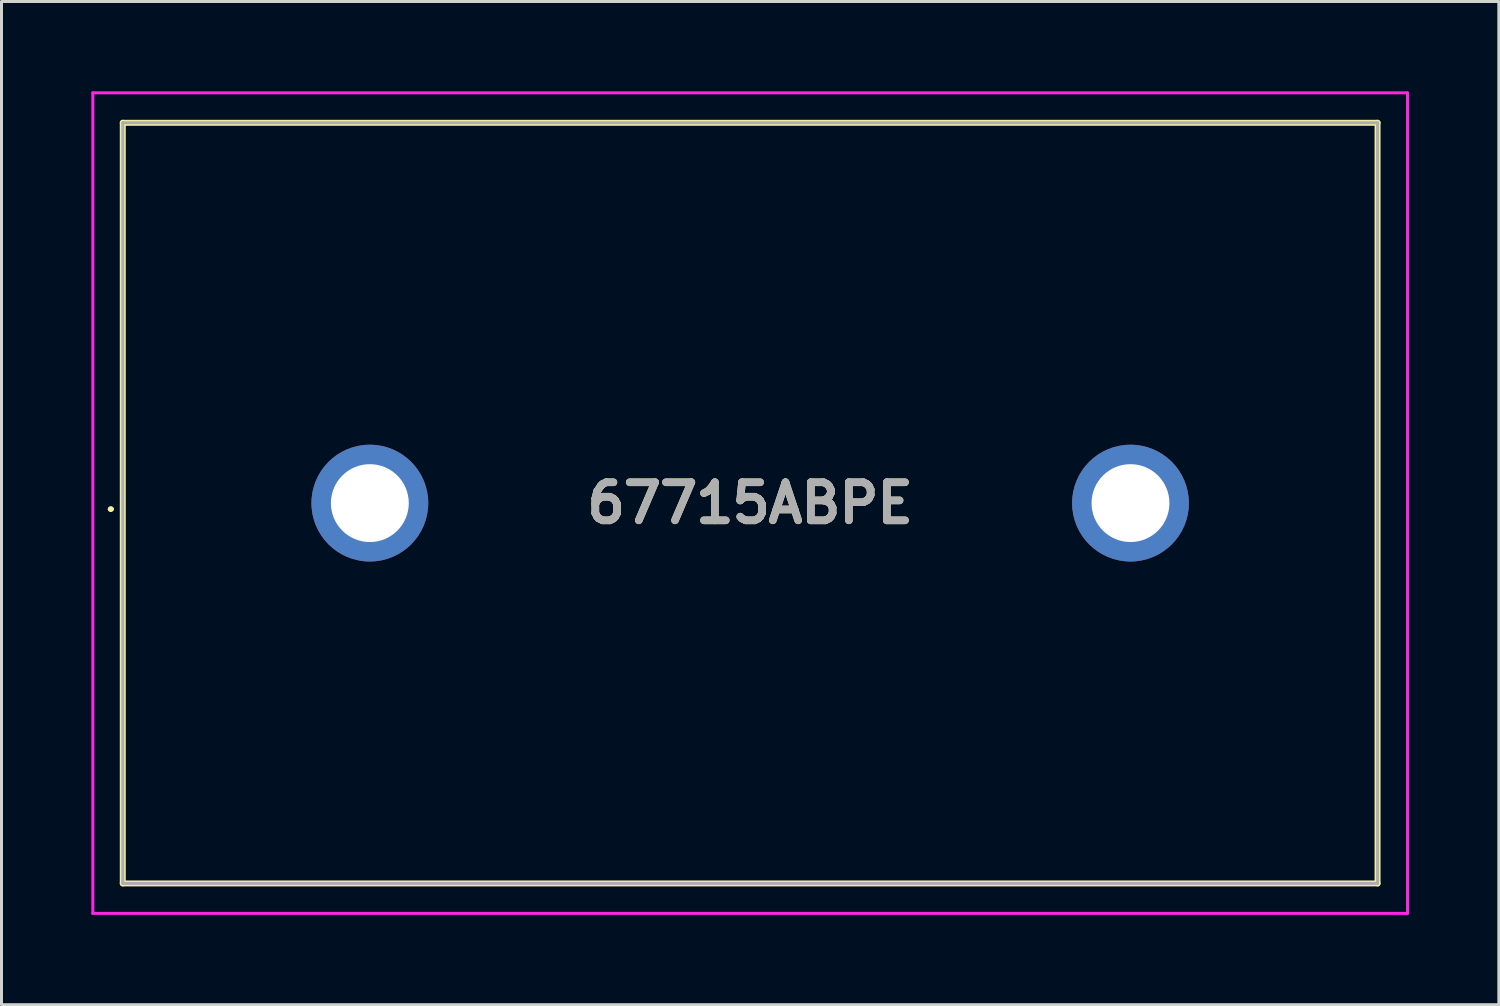
<source format=kicad_pcb>
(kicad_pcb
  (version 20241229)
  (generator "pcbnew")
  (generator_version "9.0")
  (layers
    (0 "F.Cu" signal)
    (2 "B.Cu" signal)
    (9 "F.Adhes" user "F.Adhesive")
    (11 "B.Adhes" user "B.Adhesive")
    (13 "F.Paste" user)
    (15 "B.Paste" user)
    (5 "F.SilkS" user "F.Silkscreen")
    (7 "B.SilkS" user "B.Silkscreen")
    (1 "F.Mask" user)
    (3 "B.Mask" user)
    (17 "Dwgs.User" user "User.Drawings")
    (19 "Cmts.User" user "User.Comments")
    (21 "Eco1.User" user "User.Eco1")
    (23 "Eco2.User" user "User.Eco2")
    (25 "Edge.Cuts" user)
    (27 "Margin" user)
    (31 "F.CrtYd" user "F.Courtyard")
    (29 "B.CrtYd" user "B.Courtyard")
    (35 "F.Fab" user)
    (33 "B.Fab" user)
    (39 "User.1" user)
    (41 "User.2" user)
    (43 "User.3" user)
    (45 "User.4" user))
  (footprint "67715ABPE"
    (layer "F.Cu")
    (at 9.3 13.75)
    (property "Reference" "67715ABPE" (at 12.7 0 0) (layer "F.SilkS") (effects (font (size 1.27 1.27) (thickness 0.254))))
    (attr through_hole)
    (fp_line (start -8.7 0.2) (end -8.7 0.2) (stroke (width 0.1) (type solid)) (layer "F.SilkS"))
    (fp_line (start -8.6 0.2) (end -8.6 0.2) (stroke (width 0.1) (type solid)) (layer "F.SilkS"))
    (fp_line (start -8.25 -12.7) (end 33.65 -12.7) (stroke (width 0.2) (type solid)) (layer "F.SilkS"))
    (fp_line (start -8.25 12.7) (end -8.25 -12.7) (stroke (width 0.2) (type solid)) (layer "F.SilkS"))
    (fp_line (start 33.65 -12.7) (end 33.65 12.7) (stroke (width 0.2) (type solid)) (layer "F.SilkS"))
    (fp_line (start 33.65 12.7) (end -8.25 12.7) (stroke (width 0.2) (type solid)) (layer "F.SilkS"))
    (fp_arc (start -8.7 0.2) (mid -8.65 0.15) (end -8.6 0.2) (stroke (width 0.1) (type solid)) (layer "F.SilkS"))
    (fp_arc (start -8.6 0.2) (mid -8.65 0.25) (end -8.7 0.2) (stroke (width 0.1) (type solid)) (layer "F.SilkS"))
    (fp_line (start -9.25 -13.7) (end 34.65 -13.7) (stroke (width 0.1) (type solid)) (layer "F.CrtYd"))
    (fp_line (start -9.25 13.7) (end -9.25 -13.7) (stroke (width 0.1) (type solid)) (layer "F.CrtYd"))
    (fp_line (start 34.65 -13.7) (end 34.65 13.7) (stroke (width 0.1) (type solid)) (layer "F.CrtYd"))
    (fp_line (start 34.65 13.7) (end -9.25 13.7) (stroke (width 0.1) (type solid)) (layer "F.CrtYd"))
    (fp_line (start -8.25 -12.7) (end 33.65 -12.7) (stroke (width 0.1) (type solid)) (layer "F.Fab"))
    (fp_line (start -8.25 12.7) (end -8.25 -12.7) (stroke (width 0.1) (type solid)) (layer "F.Fab"))
    (fp_line (start 33.65 -12.7) (end 33.65 12.7) (stroke (width 0.1) (type solid)) (layer "F.Fab"))
    (fp_line (start 33.65 12.7) (end -8.25 12.7) (stroke (width 0.1) (type solid)) (layer "F.Fab"))
    (fp_text user "${REFERENCE}" (at 12.7 0 0) (layer "F.Fab") (effects (font (size 1.27 1.27) (thickness 0.254))))
    (pad "1" thru_hole circle (at 0 0) (size 3.9 3.9) (drill 2.6) (layers "*.Cu" "*.Mask"))
    (pad "2" thru_hole circle (at 25.4 0) (size 3.9 3.9) (drill 2.6) (layers "*.Cu" "*.Mask")))
  (gr_rect
    (start -3 -3)
    (end 47 30.5)
    (stroke (width 0.1) (type default))
    (fill no)
    (layer "Edge.Cuts")))
</source>
